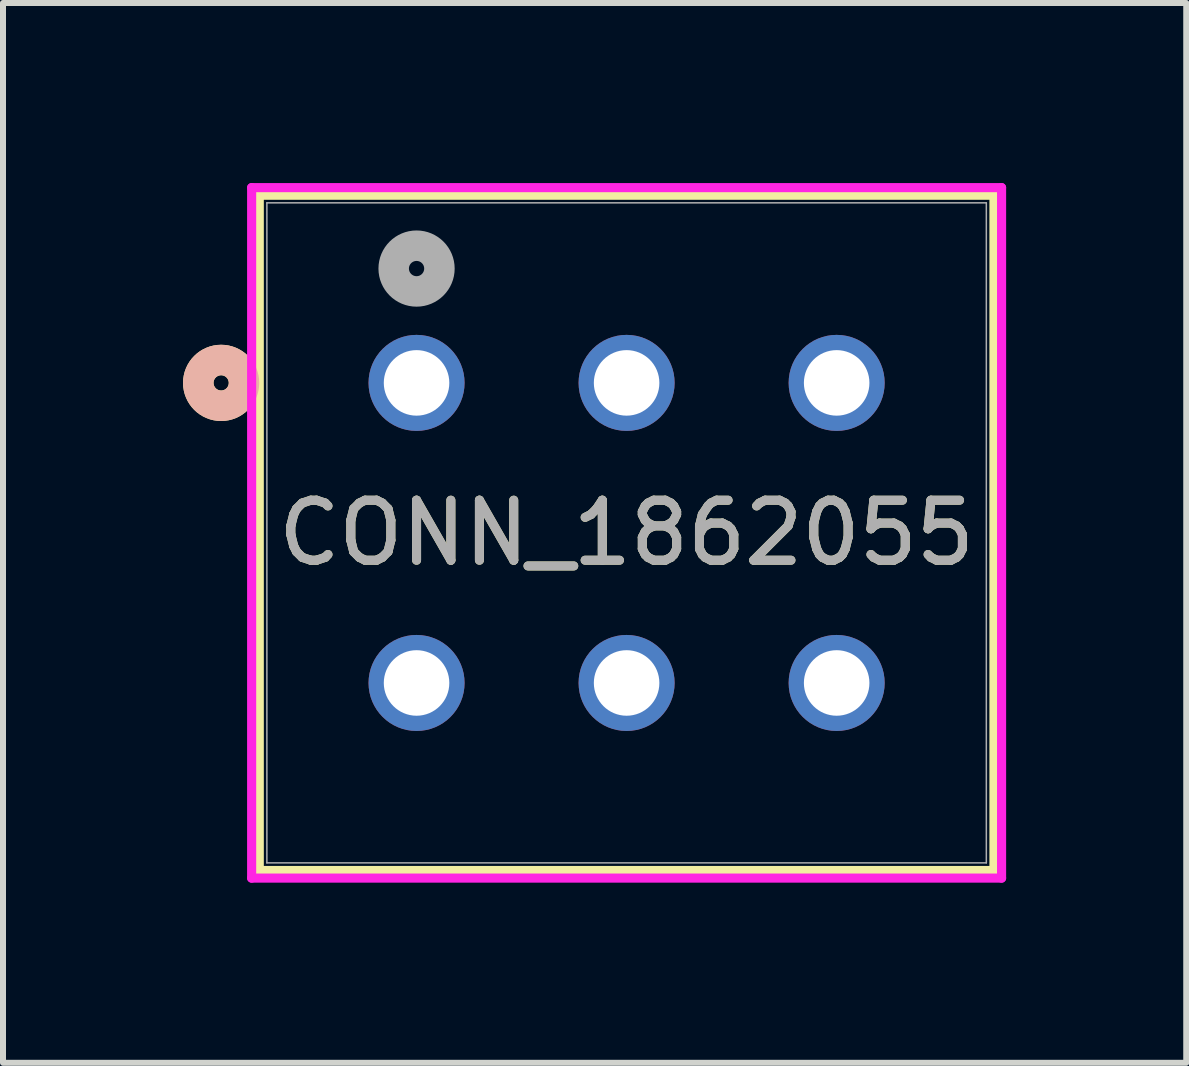
<source format=kicad_pcb>
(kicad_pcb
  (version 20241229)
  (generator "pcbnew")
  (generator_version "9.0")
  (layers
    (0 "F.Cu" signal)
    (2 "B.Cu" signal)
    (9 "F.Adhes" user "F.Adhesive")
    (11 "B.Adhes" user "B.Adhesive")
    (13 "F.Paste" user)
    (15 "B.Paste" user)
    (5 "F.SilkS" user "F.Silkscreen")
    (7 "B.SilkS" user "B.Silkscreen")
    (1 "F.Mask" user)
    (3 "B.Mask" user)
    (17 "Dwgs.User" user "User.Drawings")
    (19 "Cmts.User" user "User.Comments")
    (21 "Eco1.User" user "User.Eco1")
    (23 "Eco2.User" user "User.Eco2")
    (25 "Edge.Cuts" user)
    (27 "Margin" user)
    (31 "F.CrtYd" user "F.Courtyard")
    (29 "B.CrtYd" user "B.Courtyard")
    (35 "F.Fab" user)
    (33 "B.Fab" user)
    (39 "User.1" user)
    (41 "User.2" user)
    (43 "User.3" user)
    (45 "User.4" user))
  (footprint "CONN_1862055"
    (layer "F.Cu")
    (at 10.891 8.33)
    (property "Reference" "CONN_1862055" (at -3.5 -2.5 0) (unlocked yes) (layer "F.SilkS") (effects (font (size 1 1) (thickness 0.15))))
    (attr through_hole)
    (fp_line (start -9.621 -8.127) (end -9.621 3.125) (stroke (width 0.152) (type solid)) (layer "F.SilkS"))
    (fp_line (start -9.621 3.125) (end 2.621 3.125) (stroke (width 0.152) (type solid)) (layer "F.SilkS"))
    (fp_line (start 2.621 -8.127) (end -9.621 -8.127) (stroke (width 0.152) (type solid)) (layer "F.SilkS"))
    (fp_line (start 2.621 3.125) (end 2.621 -8.127) (stroke (width 0.152) (type solid)) (layer "F.SilkS"))
    (fp_circle (center -10.256 -5) (end -9.875 -5) (stroke (width 0.508) (type solid)) (fill no) (layer "F.SilkS"))
    (fp_circle (center -10.256 -5) (end -9.875 -5) (stroke (width 0.508) (type solid)) (fill no) (layer "B.SilkS"))
    (fp_line (start -9.748 -8.254) (end -9.748 3.252) (stroke (width 0.152) (type solid)) (layer "F.CrtYd"))
    (fp_line (start -9.748 3.252) (end 2.748 3.252) (stroke (width 0.152) (type solid)) (layer "F.CrtYd"))
    (fp_line (start 2.748 -8.254) (end -9.748 -8.254) (stroke (width 0.152) (type solid)) (layer "F.CrtYd"))
    (fp_line (start 2.748 3.252) (end 2.748 -8.254) (stroke (width 0.152) (type solid)) (layer "F.CrtYd"))
    (fp_line (start -9.494 -8) (end -9.494 2.998) (stroke (width 0.025) (type solid)) (layer "F.Fab"))
    (fp_line (start -9.494 2.998) (end 2.494 2.998) (stroke (width 0.025) (type solid)) (layer "F.Fab"))
    (fp_line (start 2.494 -8) (end -9.494 -8) (stroke (width 0.025) (type solid)) (layer "F.Fab"))
    (fp_line (start 2.494 2.998) (end 2.494 -8) (stroke (width 0.025) (type solid)) (layer "F.Fab"))
    (fp_circle (center -7 -6.905) (end -6.619 -6.905) (stroke (width 0.508) (type solid)) (fill no) (layer "F.Fab"))
    (fp_text user "${REFERENCE}" (at -3.5 -2.5 0) (unlocked yes) (layer "F.Fab") (effects (font (size 1 1) (thickness 0.15))))
    (pad "1" thru_hole circle (at -7 -5) (size 1.6 1.6) (drill 1.092) (layers "*.Cu" "*.Mask"))
    (pad "2" thru_hole circle (at -7 0) (size 1.6 1.6) (drill 1.092) (layers "*.Cu" "*.Mask"))
    (pad "3" thru_hole circle (at -3.5 -5) (size 1.6 1.6) (drill 1.092) (layers "*.Cu" "*.Mask"))
    (pad "4" thru_hole circle (at -3.5 0) (size 1.6 1.6) (drill 1.092) (layers "*.Cu" "*.Mask"))
    (pad "5" thru_hole circle (at 0 -5) (size 1.6 1.6) (drill 1.092) (layers "*.Cu" "*.Mask"))
    (pad "6" thru_hole circle (at 0 0) (size 1.6 1.6) (drill 1.092) (layers "*.Cu" "*.Mask")))
  (gr_rect
    (start -3 -3)
    (end 16.716 14.659)
    (stroke (width 0.1) (type default))
    (fill no)
    (layer "Edge.Cuts")))
</source>
